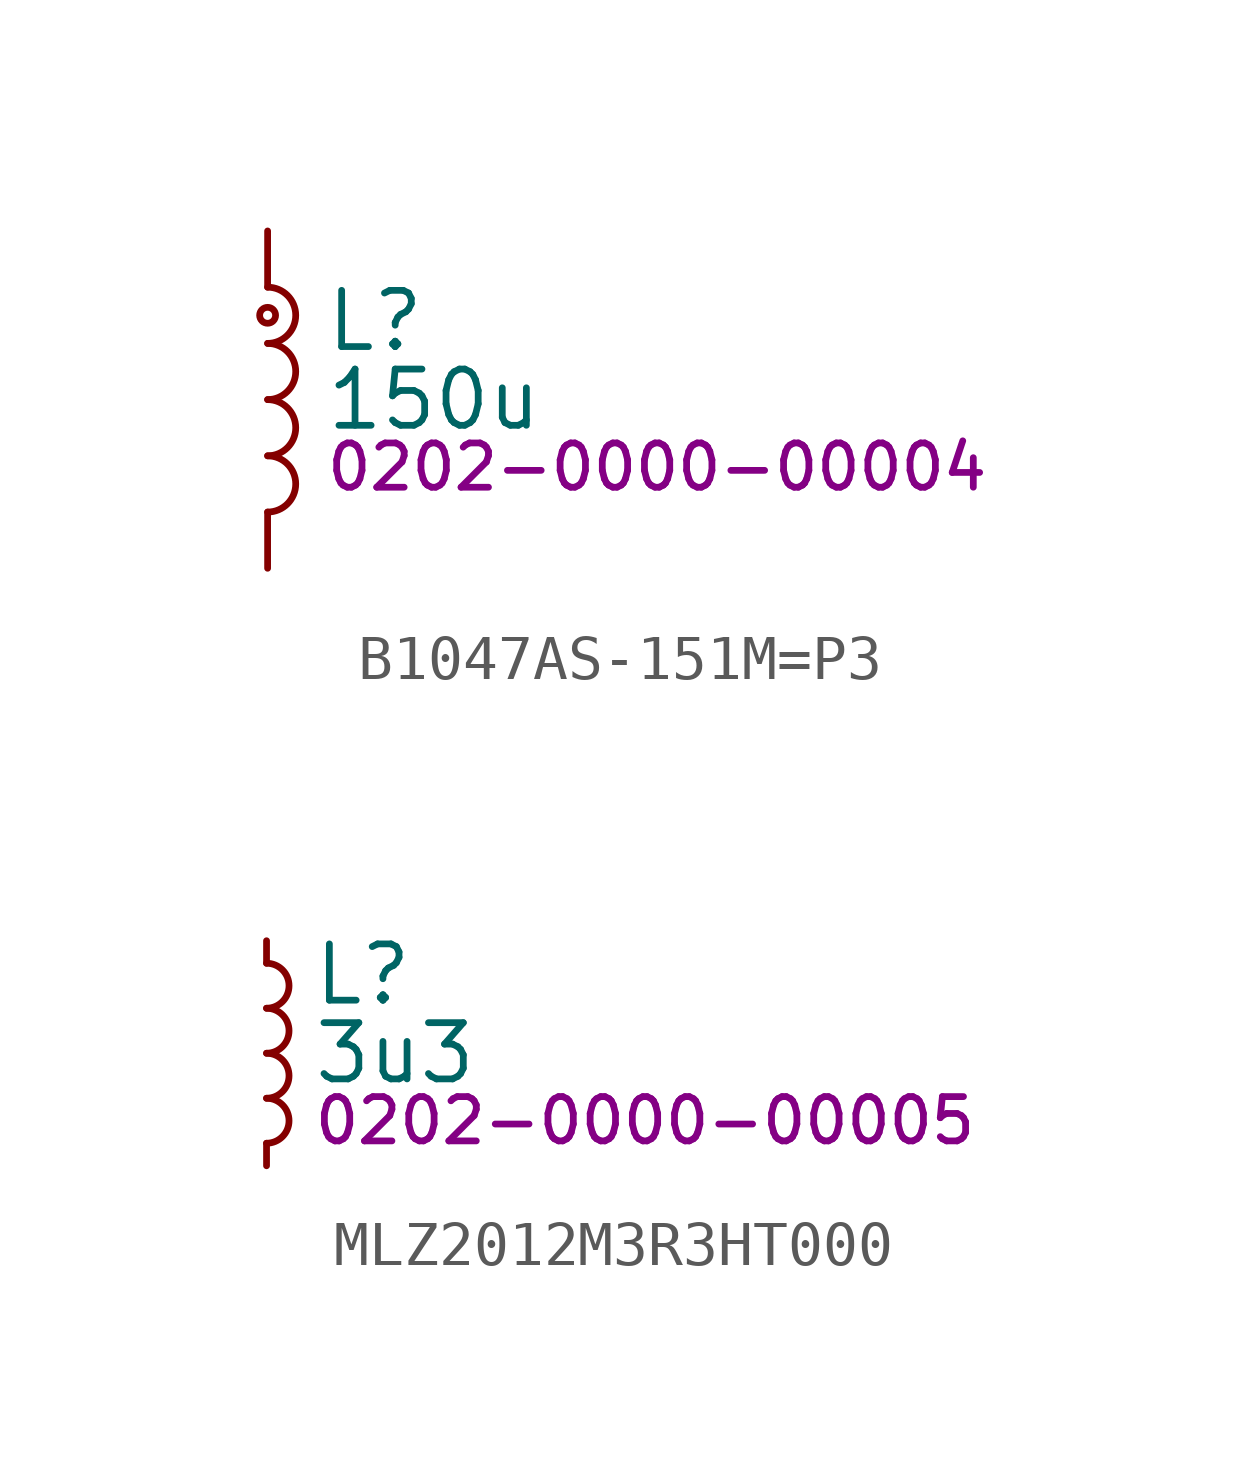
<source format=kicad_sym>
(kicad_symbol_lib
  (version 20231120)
  (generator "kicad_symbol_editor")
  (generator_version "8.0")
  (symbol "B1047AS-151M=P3"
    (pin_numbers hide)
    (pin_names hide)
    (property "Reference" "L"
      (at 1.27 1.778 0)
      (effects (font (size 1.27 1.27)) (justify left)))
    (property "Value" "150u"
      (at 1.27 0 0)
      (effects (font (size 1.27 1.27)) (justify left)))
    (property "PartNumber" "0202-0000-00004"
      (at 1.27 -1.524 0)
      (effects (font (size 1 1)) (justify left)))
    (symbol "B1047AS-151M=P3_0_1"
      (arc (start 0 -2.54) (mid 0.6323 -1.905) (end 0 -1.27) (stroke (width 0) (type default)) (fill (type none)))
      (arc (start 0 -1.27) (mid 0.6323 -0.635) (end 0 0) (stroke (width 0) (type default)) (fill (type none)))
      (arc (start 0 0) (mid 0.6323 0.635) (end 0 1.27) (stroke (width 0) (type default)) (fill (type none)))
      (arc (start 0 1.27) (mid 0.6323 1.905) (end 0 2.54) (stroke (width 0) (type default)) (fill (type none)))
      (circle (center 0 1.905) (radius 0.18) (stroke (width 0) (type default)) (fill (type none))))
    (symbol "B1047AS-151M=P3_1_1"
      (pin power_in line (at 0 3.81 270) (length 1.27) (name "1" (effects (font (size 1.27 1.27)))) (number "1" (effects (font (size 1.27 1.27)))))
      (pin power_out line (at 0 -3.81 90) (length 1.27) (name "2" (effects (font (size 1.27 1.27)))) (number "2" (effects (font (size 1.27 1.27)))))))
  (symbol "MLZ2012M3R3HT000"
    (pin_numbers hide)
    (pin_names hide)
    (property "Reference" "L"
      (at 1.016 1.778 0)
      (effects (font (size 1.27 1.27)) (justify left)))
    (property "Value" "3u3"
      (at 1.016 0 0)
      (effects (font (size 1.27 1.27)) (justify left)))
    (property "PartNumber" "0202-0000-00005"
      (at 1.016 -1.524 0)
      (effects (font (size 1 1)) (justify left)))
    (symbol "MLZ2012M3R3HT000_0_1"
      (arc (start 0 -2.032) (mid 0.5058 -1.524) (end 0 -1.016) (stroke (width 0) (type default)) (fill (type none)))
      (arc (start 0 -1.016) (mid 0.5058 -0.508) (end 0 0) (stroke (width 0) (type default)) (fill (type none)))
      (arc (start 0 0) (mid 0.5058 0.508) (end 0 1.016) (stroke (width 0) (type default)) (fill (type none)))
      (arc (start 0 1.016) (mid 0.5058 1.524) (end 0 2.032) (stroke (width 0) (type default)) (fill (type none))))
    (symbol "MLZ2012M3R3HT000_1_1"
      (pin passive line (at 0 2.54 270) (length 0.508) (name "~" (effects (font (size 1.27 1.27)))) (number "1" (effects (font (size 1.27 1.27)))))
      (pin passive line (at 0 -2.54 90) (length 0.508) (name "~" (effects (font (size 1.27 1.27)))) (number "2" (effects (font (size 1.27 1.27))))))))
</source>
